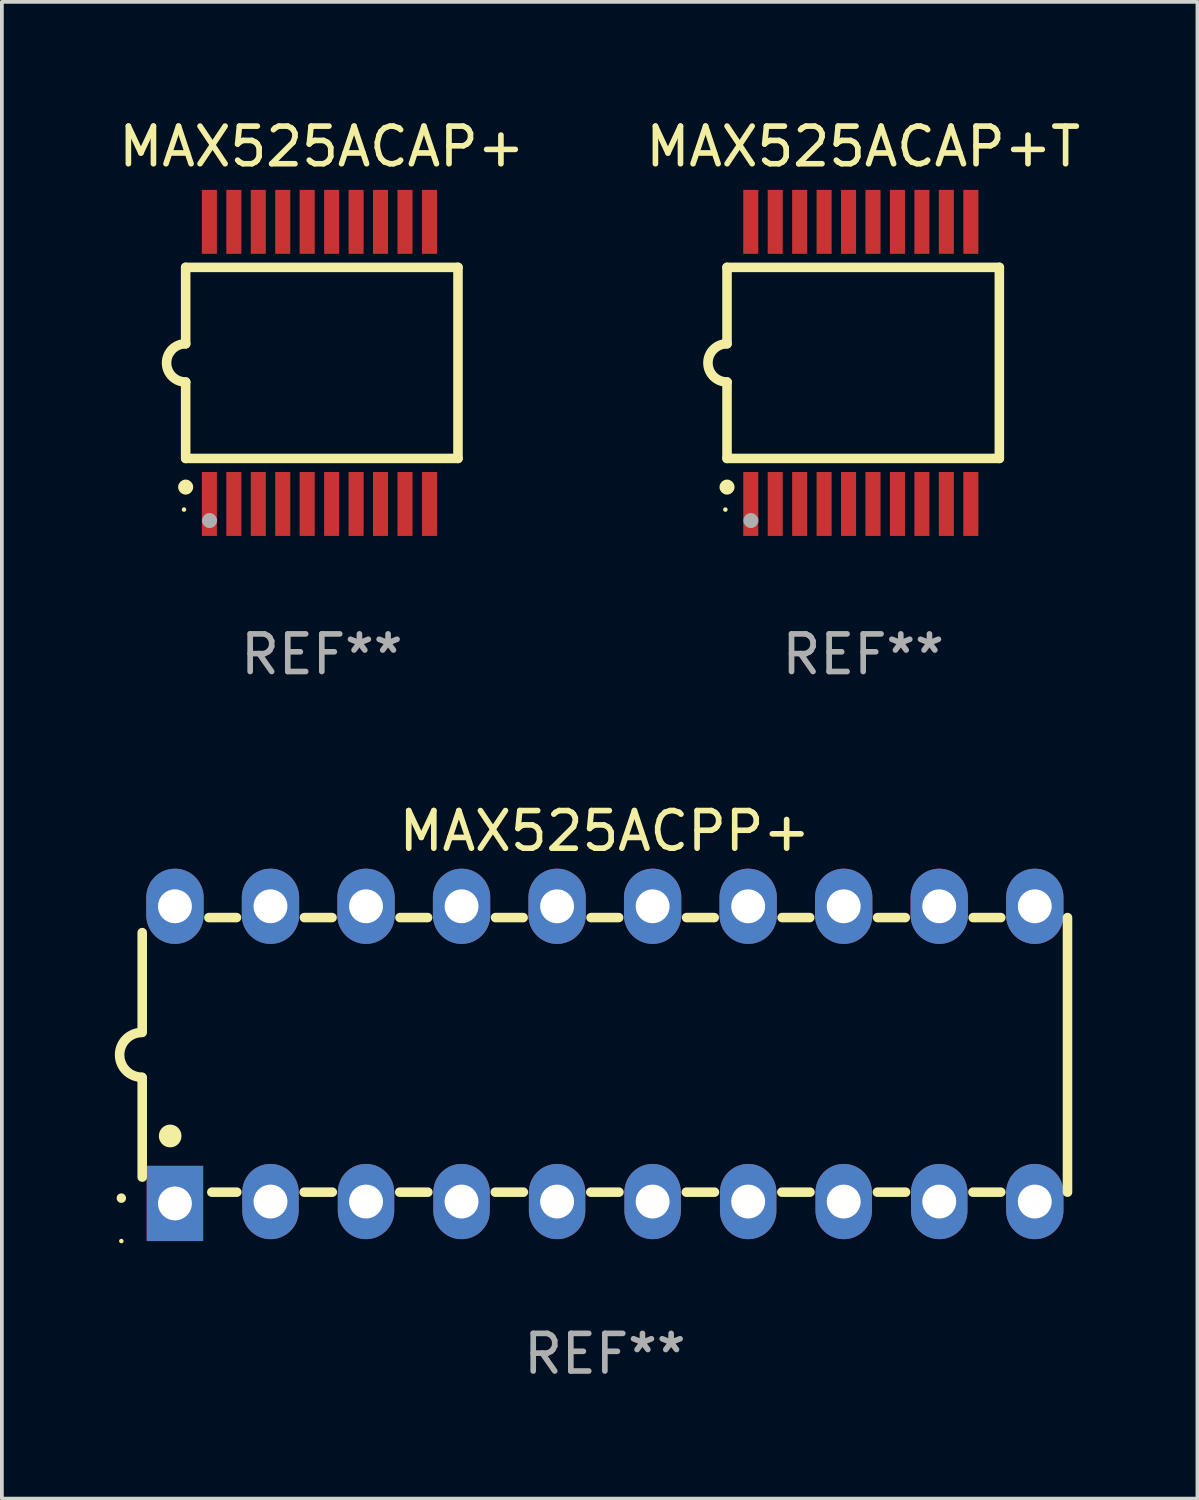
<source format=kicad_pcb>
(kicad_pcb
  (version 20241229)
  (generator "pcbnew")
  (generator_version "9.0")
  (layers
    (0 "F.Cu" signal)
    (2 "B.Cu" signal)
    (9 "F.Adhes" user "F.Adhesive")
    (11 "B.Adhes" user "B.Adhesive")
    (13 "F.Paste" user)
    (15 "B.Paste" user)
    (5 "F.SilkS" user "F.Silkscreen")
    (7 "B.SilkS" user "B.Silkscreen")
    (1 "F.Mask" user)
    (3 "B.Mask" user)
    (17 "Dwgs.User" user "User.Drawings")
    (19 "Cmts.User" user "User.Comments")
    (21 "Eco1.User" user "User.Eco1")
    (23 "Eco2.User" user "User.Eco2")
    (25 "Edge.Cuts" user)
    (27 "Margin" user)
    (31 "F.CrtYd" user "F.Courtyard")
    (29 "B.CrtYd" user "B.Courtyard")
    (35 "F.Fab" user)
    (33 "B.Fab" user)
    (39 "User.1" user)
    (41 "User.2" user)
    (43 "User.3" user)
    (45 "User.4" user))
  (footprint "MAX525ACAP+"
    (layer "F.Cu")
    (at 5.506 6.598)
    (property "Reference" "MAX525ACAP+" (at 0 -5.75 0) (layer "F.SilkS") (effects (font (size 1 1) (thickness 0.15))))
    (attr through_hole)
    (fp_line (start -3.62 -2.54) (end 3.62 -2.54) (stroke (width 0.254) (type solid)) (layer "F.SilkS"))
    (fp_line (start -3.62 -0.508) (end -3.62 -2.54) (stroke (width 0.254) (type solid)) (layer "F.SilkS"))
    (fp_line (start -3.62 2.54) (end -3.62 0.508) (stroke (width 0.254) (type solid)) (layer "F.SilkS"))
    (fp_line (start 3.62 -2.54) (end 3.62 2.54) (stroke (width 0.254) (type solid)) (layer "F.SilkS"))
    (fp_line (start 3.62 2.54) (end -3.62 2.54) (stroke (width 0.254) (type solid)) (layer "F.SilkS"))
    (fp_arc (start -3.619507 0.508052) (mid -4.125607 0.000051) (end -3.619507 -0.50795) (stroke (width 0.254001) (type solid)) (layer "F.SilkS"))
    (fp_circle (center -3.664 3.9) (end -3.634 3.9) (stroke (width 0.06) (type solid)) (fill no) (layer "F.SilkS"))
    (fp_circle (center -3.62 3.302) (end -3.52 3.302) (stroke (width 0.2) (type solid)) (fill no) (layer "F.SilkS"))
    (fp_circle (center -2.985 4.191) (end -2.885 4.191) (stroke (width 0.2) (type solid)) (fill no) (layer "F.Fab"))
    (fp_text user "REF**" (at 0 7.75 0) (layer "F.Fab") (effects (font (size 1 1) (thickness 0.15))))
    (pad "1" smd rect (at -2.989 3.75) (size 0.4 1.7) (layers "F.Cu" "F.Mask" "F.Paste"))
    (pad "2" smd rect (at -2.339 3.75) (size 0.4 1.7) (layers "F.Cu" "F.Mask" "F.Paste"))
    (pad "3" smd rect (at -1.689 3.75) (size 0.4 1.7) (layers "F.Cu" "F.Mask" "F.Paste"))
    (pad "4" smd rect (at -1.039 3.75) (size 0.4 1.7) (layers "F.Cu" "F.Mask" "F.Paste"))
    (pad "5" smd rect (at -0.389 3.75) (size 0.4 1.7) (layers "F.Cu" "F.Mask" "F.Paste"))
    (pad "6" smd rect (at 0.261 3.75) (size 0.4 1.7) (layers "F.Cu" "F.Mask" "F.Paste"))
    (pad "7" smd rect (at 0.911 3.75) (size 0.4 1.7) (layers "F.Cu" "F.Mask" "F.Paste"))
    (pad "8" smd rect (at 1.561 3.75) (size 0.4 1.7) (layers "F.Cu" "F.Mask" "F.Paste"))
    (pad "9" smd rect (at 2.211 3.75) (size 0.4 1.7) (layers "F.Cu" "F.Mask" "F.Paste"))
    (pad "10" smd rect (at 2.862 3.75) (size 0.4 1.7) (layers "F.Cu" "F.Mask" "F.Paste"))
    (pad "11" smd rect (at 2.862 -3.75) (size 0.4 1.7) (layers "F.Cu" "F.Mask" "F.Paste"))
    (pad "12" smd rect (at 2.211 -3.75) (size 0.4 1.7) (layers "F.Cu" "F.Mask" "F.Paste"))
    (pad "13" smd rect (at 1.561 -3.75) (size 0.4 1.7) (layers "F.Cu" "F.Mask" "F.Paste"))
    (pad "14" smd rect (at 0.911 -3.75) (size 0.4 1.7) (layers "F.Cu" "F.Mask" "F.Paste"))
    (pad "15" smd rect (at 0.261 -3.75) (size 0.4 1.7) (layers "F.Cu" "F.Mask" "F.Paste"))
    (pad "16" smd rect (at -0.389 -3.75) (size 0.4 1.7) (layers "F.Cu" "F.Mask" "F.Paste"))
    (pad "17" smd rect (at -1.039 -3.75) (size 0.4 1.7) (layers "F.Cu" "F.Mask" "F.Paste"))
    (pad "18" smd rect (at -1.689 -3.75) (size 0.4 1.7) (layers "F.Cu" "F.Mask" "F.Paste"))
    (pad "19" smd rect (at -2.339 -3.75) (size 0.4 1.7) (layers "F.Cu" "F.Mask" "F.Paste"))
    (pad "20" smd rect (at -2.989 -3.75) (size 0.4 1.7) (layers "F.Cu" "F.Mask" "F.Paste")))
  (footprint "MAX525ACAP+T"
    (layer "F.Cu")
    (at 19.899 6.598)
    (property "Reference" "MAX525ACAP+T" (at 0 -5.75 0) (layer "F.SilkS") (effects (font (size 1 1) (thickness 0.15))))
    (attr through_hole)
    (fp_line (start -3.62 -2.54) (end 3.62 -2.54) (stroke (width 0.254) (type solid)) (layer "F.SilkS"))
    (fp_line (start -3.62 -0.508) (end -3.62 -2.54) (stroke (width 0.254) (type solid)) (layer "F.SilkS"))
    (fp_line (start -3.62 2.54) (end -3.62 0.508) (stroke (width 0.254) (type solid)) (layer "F.SilkS"))
    (fp_line (start 3.62 -2.54) (end 3.62 2.54) (stroke (width 0.254) (type solid)) (layer "F.SilkS"))
    (fp_line (start 3.62 2.54) (end -3.62 2.54) (stroke (width 0.254) (type solid)) (layer "F.SilkS"))
    (fp_arc (start -3.619507 0.508052) (mid -4.125607 0.000051) (end -3.619507 -0.50795) (stroke (width 0.254001) (type solid)) (layer "F.SilkS"))
    (fp_circle (center -3.664 3.9) (end -3.634 3.9) (stroke (width 0.06) (type solid)) (fill no) (layer "F.SilkS"))
    (fp_circle (center -3.62 3.302) (end -3.52 3.302) (stroke (width 0.2) (type solid)) (fill no) (layer "F.SilkS"))
    (fp_circle (center -2.985 4.191) (end -2.885 4.191) (stroke (width 0.2) (type solid)) (fill no) (layer "F.Fab"))
    (fp_text user "REF**" (at 0 7.75 0) (layer "F.Fab") (effects (font (size 1 1) (thickness 0.15))))
    (pad "1" smd rect (at -2.989 3.75) (size 0.4 1.7) (layers "F.Cu" "F.Mask" "F.Paste"))
    (pad "2" smd rect (at -2.339 3.75) (size 0.4 1.7) (layers "F.Cu" "F.Mask" "F.Paste"))
    (pad "3" smd rect (at -1.689 3.75) (size 0.4 1.7) (layers "F.Cu" "F.Mask" "F.Paste"))
    (pad "4" smd rect (at -1.039 3.75) (size 0.4 1.7) (layers "F.Cu" "F.Mask" "F.Paste"))
    (pad "5" smd rect (at -0.389 3.75) (size 0.4 1.7) (layers "F.Cu" "F.Mask" "F.Paste"))
    (pad "6" smd rect (at 0.261 3.75) (size 0.4 1.7) (layers "F.Cu" "F.Mask" "F.Paste"))
    (pad "7" smd rect (at 0.911 3.75) (size 0.4 1.7) (layers "F.Cu" "F.Mask" "F.Paste"))
    (pad "8" smd rect (at 1.561 3.75) (size 0.4 1.7) (layers "F.Cu" "F.Mask" "F.Paste"))
    (pad "9" smd rect (at 2.211 3.75) (size 0.4 1.7) (layers "F.Cu" "F.Mask" "F.Paste"))
    (pad "10" smd rect (at 2.862 3.75) (size 0.4 1.7) (layers "F.Cu" "F.Mask" "F.Paste"))
    (pad "11" smd rect (at 2.862 -3.75) (size 0.4 1.7) (layers "F.Cu" "F.Mask" "F.Paste"))
    (pad "12" smd rect (at 2.211 -3.75) (size 0.4 1.7) (layers "F.Cu" "F.Mask" "F.Paste"))
    (pad "13" smd rect (at 1.561 -3.75) (size 0.4 1.7) (layers "F.Cu" "F.Mask" "F.Paste"))
    (pad "14" smd rect (at 0.911 -3.75) (size 0.4 1.7) (layers "F.Cu" "F.Mask" "F.Paste"))
    (pad "15" smd rect (at 0.261 -3.75) (size 0.4 1.7) (layers "F.Cu" "F.Mask" "F.Paste"))
    (pad "16" smd rect (at -0.389 -3.75) (size 0.4 1.7) (layers "F.Cu" "F.Mask" "F.Paste"))
    (pad "17" smd rect (at -1.039 -3.75) (size 0.4 1.7) (layers "F.Cu" "F.Mask" "F.Paste"))
    (pad "18" smd rect (at -1.689 -3.75) (size 0.4 1.7) (layers "F.Cu" "F.Mask" "F.Paste"))
    (pad "19" smd rect (at -2.339 -3.75) (size 0.4 1.7) (layers "F.Cu" "F.Mask" "F.Paste"))
    (pad "20" smd rect (at -2.989 -3.75) (size 0.4 1.7) (layers "F.Cu" "F.Mask" "F.Paste")))
  (footprint "MAX525ACPP+"
    (layer "F.Cu")
    (at 13.031 24.995)
    (property "Reference" "MAX525ACPP+" (at 0 -5.95 0) (layer "F.SilkS") (effects (font (size 1 1) (thickness 0.15))))
    (attr through_hole)
    (fp_line (start -12.3 -0.6) (end -12.3 -3.25) (stroke (width 0.254) (type solid)) (layer "F.SilkS"))
    (fp_line (start -12.3 3.25) (end -12.3 0.6) (stroke (width 0.254) (type solid)) (layer "F.SilkS"))
    (fp_line (start -10.527 -3.65) (end -9.793 -3.65) (stroke (width 0.254) (type solid)) (layer "F.SilkS"))
    (fp_line (start -10.449 3.65) (end -9.786 3.65) (stroke (width 0.254) (type solid)) (layer "F.SilkS"))
    (fp_line (start -7.994 3.65) (end -7.246 3.65) (stroke (width 0.254) (type solid)) (layer "F.SilkS"))
    (fp_line (start -7.987 -3.65) (end -7.253 -3.65) (stroke (width 0.254) (type solid)) (layer "F.SilkS"))
    (fp_line (start -5.454 3.65) (end -4.706 3.65) (stroke (width 0.254) (type solid)) (layer "F.SilkS"))
    (fp_line (start -5.447 -3.65) (end -4.713 -3.65) (stroke (width 0.254) (type solid)) (layer "F.SilkS"))
    (fp_line (start -2.914 3.65) (end -2.166 3.65) (stroke (width 0.254) (type solid)) (layer "F.SilkS"))
    (fp_line (start -2.907 -3.65) (end -2.173 -3.65) (stroke (width 0.254) (type solid)) (layer "F.SilkS"))
    (fp_line (start -0.374 3.65) (end 0.374 3.65) (stroke (width 0.254) (type solid)) (layer "F.SilkS"))
    (fp_line (start -0.367 -3.65) (end 0.367 -3.65) (stroke (width 0.254) (type solid)) (layer "F.SilkS"))
    (fp_line (start 2.166 3.65) (end 2.914 3.65) (stroke (width 0.254) (type solid)) (layer "F.SilkS"))
    (fp_line (start 2.173 -3.65) (end 2.907 -3.65) (stroke (width 0.254) (type solid)) (layer "F.SilkS"))
    (fp_line (start 4.706 3.65) (end 5.454 3.65) (stroke (width 0.254) (type solid)) (layer "F.SilkS"))
    (fp_line (start 4.713 -3.65) (end 5.447 -3.65) (stroke (width 0.254) (type solid)) (layer "F.SilkS"))
    (fp_line (start 7.246 3.65) (end 7.994 3.65) (stroke (width 0.254) (type solid)) (layer "F.SilkS"))
    (fp_line (start 7.253 -3.65) (end 7.987 -3.65) (stroke (width 0.254) (type solid)) (layer "F.SilkS"))
    (fp_line (start 9.786 3.65) (end 10.527 3.65) (stroke (width 0.254) (type solid)) (layer "F.SilkS"))
    (fp_line (start 9.793 -3.65) (end 10.527 -3.65) (stroke (width 0.254) (type solid)) (layer "F.SilkS"))
    (fp_line (start 12.3 -3.65) (end 12.3 3.65) (stroke (width 0.254) (type solid)) (layer "F.SilkS"))
    (fp_arc (start -12.854966 3.809881) (mid -12.854973 3.808611) (end -12.854966 3.807341) (stroke (width 0.25) (type solid)) (layer "F.SilkS"))
    (fp_arc (start -12.313894 0.594742) (mid -12.903982 -0.000152) (end -12.313894 -0.595046) (stroke (width 0.254001) (type solid)) (layer "F.SilkS"))
    (fp_arc (start -11.557023 2.158877) (mid -11.557034 2.156337) (end -11.557023 2.153797) (stroke (width 0.6) (type solid)) (layer "F.SilkS"))
    (fp_circle (center -12.855 4.95) (end -12.825 4.95) (stroke (width 0.06) (type solid)) (fill no) (layer "F.SilkS"))
    (fp_text user "REF**" (at 0 7.95 0) (layer "F.Fab") (effects (font (size 1 1) (thickness 0.15))))
    (pad "1" thru_hole rect (at -11.43 3.95 90) (size 2 1.5) (drill 0.9) (layers "*.Cu" "*.Mask"))
    (pad "2" thru_hole oval (at -8.89 3.9 90) (size 2 1.5) (drill 0.9) (layers "*.Cu" "*.Mask"))
    (pad "3" thru_hole oval (at -6.35 3.9 90) (size 2 1.5) (drill 0.9) (layers "*.Cu" "*.Mask"))
    (pad "4" thru_hole oval (at -3.81 3.9 90) (size 2 1.5) (drill 0.9) (layers "*.Cu" "*.Mask"))
    (pad "5" thru_hole oval (at -1.27 3.9 90) (size 2 1.5) (drill 0.9) (layers "*.Cu" "*.Mask"))
    (pad "6" thru_hole oval (at 1.27 3.9 90) (size 2 1.5) (drill 0.9) (layers "*.Cu" "*.Mask"))
    (pad "7" thru_hole oval (at 3.81 3.9 90) (size 2 1.5) (drill 0.9) (layers "*.Cu" "*.Mask"))
    (pad "8" thru_hole oval (at 6.35 3.9 90) (size 2 1.5) (drill 0.9) (layers "*.Cu" "*.Mask"))
    (pad "9" thru_hole oval (at 8.89 3.9 90) (size 2 1.5) (drill 0.9) (layers "*.Cu" "*.Mask"))
    (pad "10" thru_hole oval (at 11.43 3.9 90) (size 2 1.524) (drill 0.9) (layers "*.Cu" "*.Mask"))
    (pad "11" thru_hole oval (at 11.43 -3.95 90) (size 2 1.524) (drill 0.9) (layers "*.Cu" "*.Mask"))
    (pad "12" thru_hole oval (at 8.89 -3.95 90) (size 2 1.524) (drill 0.9) (layers "*.Cu" "*.Mask"))
    (pad "13" thru_hole oval (at 6.35 -3.95 90) (size 2 1.524) (drill 0.9) (layers "*.Cu" "*.Mask"))
    (pad "14" thru_hole oval (at 3.81 -3.95 90) (size 2 1.524) (drill 0.9) (layers "*.Cu" "*.Mask"))
    (pad "15" thru_hole oval (at 1.27 -3.95 90) (size 2 1.524) (drill 0.9) (layers "*.Cu" "*.Mask"))
    (pad "16" thru_hole oval (at -1.27 -3.95 90) (size 2 1.524) (drill 0.9) (layers "*.Cu" "*.Mask"))
    (pad "17" thru_hole oval (at -3.81 -3.95 90) (size 2 1.524) (drill 0.9) (layers "*.Cu" "*.Mask"))
    (pad "18" thru_hole oval (at -6.35 -3.95 90) (size 2 1.524) (drill 0.9) (layers "*.Cu" "*.Mask"))
    (pad "19" thru_hole oval (at -8.89 -3.95 90) (size 2 1.524) (drill 0.9) (layers "*.Cu" "*.Mask"))
    (pad "20" thru_hole oval (at -11.43 -3.95 90) (size 2 1.524) (drill 0.9) (layers "*.Cu" "*.Mask")))
  (gr_rect
    (start -3 -3)
    (end 28.786 36.793)
    (stroke (width 0.1) (type default))
    (fill no)
    (layer "Edge.Cuts")))
</source>
